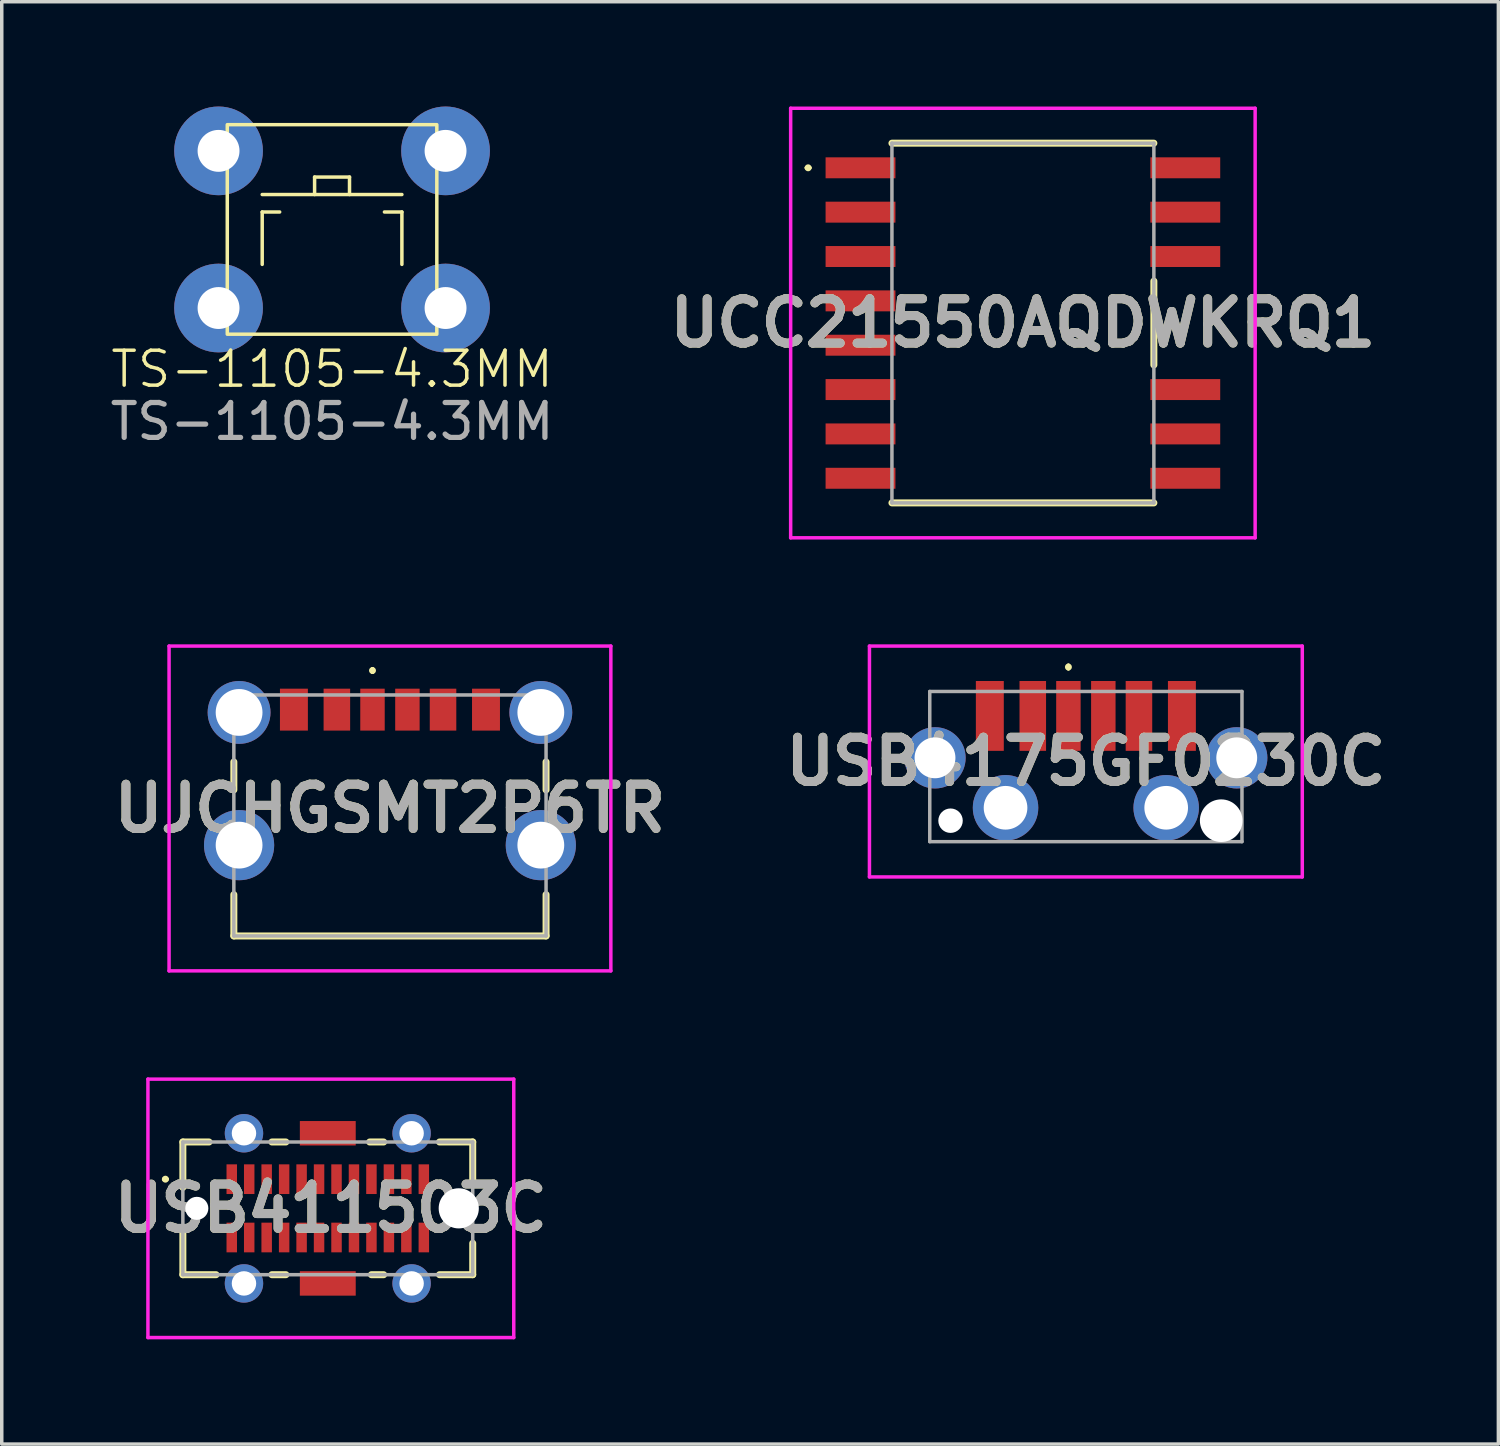
<source format=kicad_pcb>
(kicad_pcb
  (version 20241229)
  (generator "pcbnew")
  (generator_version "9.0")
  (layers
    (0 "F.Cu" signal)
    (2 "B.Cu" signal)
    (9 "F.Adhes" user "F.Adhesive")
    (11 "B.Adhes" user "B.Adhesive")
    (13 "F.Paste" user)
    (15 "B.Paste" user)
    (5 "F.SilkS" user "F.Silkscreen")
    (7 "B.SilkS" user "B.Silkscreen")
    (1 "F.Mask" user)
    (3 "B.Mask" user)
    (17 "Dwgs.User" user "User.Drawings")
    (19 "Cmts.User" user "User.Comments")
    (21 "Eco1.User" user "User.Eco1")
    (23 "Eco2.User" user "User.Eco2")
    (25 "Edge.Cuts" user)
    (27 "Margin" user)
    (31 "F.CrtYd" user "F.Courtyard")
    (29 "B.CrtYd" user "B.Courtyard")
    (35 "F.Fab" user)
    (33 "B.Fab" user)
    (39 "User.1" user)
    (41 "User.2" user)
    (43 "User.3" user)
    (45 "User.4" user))
  (footprint "USB411503C"
    (layer "F.Cu")
    (at 6.336 31.55)
    (property "Reference" "USB411503C" (at 0.087 0 0) (layer "F.SilkS") (effects (font (size 1.27 1.27) (thickness 0.254))))
    (attr through_hole)
    (fp_line (start -4.7 -0.835) (end -4.7 -0.835) (stroke (width 0.1) (type solid)) (layer "F.SilkS"))
    (fp_line (start -4.6 -0.835) (end -4.6 -0.835) (stroke (width 0.1) (type solid)) (layer "F.SilkS"))
    (fp_line (start -4.15 -1.9) (end -3.4 -1.9) (stroke (width 0.2) (type solid)) (layer "F.SilkS"))
    (fp_line (start -4.15 -0.6) (end -4.15 -1.9) (stroke (width 0.2) (type solid)) (layer "F.SilkS"))
    (fp_line (start -4.15 0.6) (end -4.15 1.9) (stroke (width 0.2) (type solid)) (layer "F.SilkS"))
    (fp_line (start -4.15 1.9) (end -3.2 1.9) (stroke (width 0.2) (type solid)) (layer "F.SilkS"))
    (fp_line (start -1.6 -1.9) (end -1.2 -1.9) (stroke (width 0.2) (type solid)) (layer "F.SilkS"))
    (fp_line (start -1.6 1.9) (end -1.2 1.9) (stroke (width 0.2) (type solid)) (layer "F.SilkS"))
    (fp_line (start 1.2 -1.9) (end 1.6 -1.9) (stroke (width 0.2) (type solid)) (layer "F.SilkS"))
    (fp_line (start 1.25 1.9) (end 1.6 1.9) (stroke (width 0.2) (type solid)) (layer "F.SilkS"))
    (fp_line (start 3.2 -1.9) (end 4.15 -1.9) (stroke (width 0.2) (type solid)) (layer "F.SilkS"))
    (fp_line (start 3.2 1.9) (end 4.15 1.9) (stroke (width 0.2) (type solid)) (layer "F.SilkS"))
    (fp_line (start 4.15 -1.9) (end 4.15 -0.8) (stroke (width 0.2) (type solid)) (layer "F.SilkS"))
    (fp_line (start 4.15 1.9) (end 4.15 1) (stroke (width 0.2) (type solid)) (layer "F.SilkS"))
    (fp_arc (start -4.7 -0.835) (mid -4.65 -0.885) (end -4.6 -0.835) (stroke (width 0.1) (type solid)) (layer "F.SilkS"))
    (fp_arc (start -4.6 -0.835) (mid -4.65 -0.785) (end -4.7 -0.835) (stroke (width 0.1) (type solid)) (layer "F.SilkS"))
    (fp_line (start -5.15 -3.7) (end 5.325 -3.7) (stroke (width 0.1) (type solid)) (layer "F.CrtYd"))
    (fp_line (start -5.15 3.7) (end -5.15 -3.7) (stroke (width 0.1) (type solid)) (layer "F.CrtYd"))
    (fp_line (start 5.325 -3.7) (end 5.325 3.7) (stroke (width 0.1) (type solid)) (layer "F.CrtYd"))
    (fp_line (start 5.325 3.7) (end -5.15 3.7) (stroke (width 0.1) (type solid)) (layer "F.CrtYd"))
    (fp_line (start -4.15 -1.9) (end -4.15 1.9) (stroke (width 0.1) (type solid)) (layer "F.Fab"))
    (fp_line (start -4.15 1.9) (end 4.15 1.9) (stroke (width 0.1) (type solid)) (layer "F.Fab"))
    (fp_line (start 4.15 -1.9) (end -4.15 -1.9) (stroke (width 0.1) (type solid)) (layer "F.Fab"))
    (fp_line (start 4.15 1.9) (end 4.15 -1.9) (stroke (width 0.1) (type solid)) (layer "F.Fab"))
    (fp_text user "${REFERENCE}" (at 0.087 0 0) (layer "F.Fab") (effects (font (size 1.27 1.27) (thickness 0.254))))
    (pad "" np_thru_hole circle (at -3.75 0) (size 0.66 0.66) (drill 0.66) (layers "*.Cu" "*.Mask"))
    (pad "" np_thru_hole circle (at 3.75 0) (size 1.15 1.15) (drill 1.15) (layers "*.Cu" "*.Mask"))
    (pad "A1" smd rect (at -2.75 -0.835) (size 0.3 0.85) (layers "F.Cu" "F.Mask" "F.Paste"))
    (pad "A2" smd rect (at -2.25 -0.835) (size 0.3 0.85) (layers "F.Cu" "F.Mask" "F.Paste"))
    (pad "A3" smd rect (at -1.75 -0.835) (size 0.3 0.85) (layers "F.Cu" "F.Mask" "F.Paste"))
    (pad "A4" smd rect (at -1.25 -0.835) (size 0.3 0.85) (layers "F.Cu" "F.Mask" "F.Paste"))
    (pad "A5" smd rect (at -0.75 -0.835) (size 0.3 0.85) (layers "F.Cu" "F.Mask" "F.Paste"))
    (pad "A6" smd rect (at -0.25 -0.835) (size 0.3 0.85) (layers "F.Cu" "F.Mask" "F.Paste"))
    (pad "A7" smd rect (at 0.25 -0.835) (size 0.3 0.85) (layers "F.Cu" "F.Mask" "F.Paste"))
    (pad "A8" smd rect (at 0.75 -0.835) (size 0.3 0.85) (layers "F.Cu" "F.Mask" "F.Paste"))
    (pad "A9" smd rect (at 1.25 -0.835) (size 0.3 0.85) (layers "F.Cu" "F.Mask" "F.Paste"))
    (pad "A10" smd rect (at 1.75 -0.835) (size 0.3 0.85) (layers "F.Cu" "F.Mask" "F.Paste"))
    (pad "A11" smd rect (at 2.25 -0.835) (size 0.3 0.85) (layers "F.Cu" "F.Mask" "F.Paste"))
    (pad "A12" smd rect (at 2.75 -0.835) (size 0.3 0.85) (layers "F.Cu" "F.Mask" "F.Paste"))
    (pad "B1" smd rect (at 2.75 0.835) (size 0.3 0.85) (layers "F.Cu" "F.Mask" "F.Paste"))
    (pad "B2" smd rect (at 2.25 0.835) (size 0.3 0.85) (layers "F.Cu" "F.Mask" "F.Paste"))
    (pad "B3" smd rect (at 1.75 0.835) (size 0.3 0.85) (layers "F.Cu" "F.Mask" "F.Paste"))
    (pad "B4" smd rect (at 1.25 0.835) (size 0.3 0.85) (layers "F.Cu" "F.Mask" "F.Paste"))
    (pad "B5" smd rect (at 0.75 0.835) (size 0.3 0.85) (layers "F.Cu" "F.Mask" "F.Paste"))
    (pad "B6" smd rect (at 0.25 0.835) (size 0.3 0.85) (layers "F.Cu" "F.Mask" "F.Paste"))
    (pad "B7" smd rect (at -0.25 0.835) (size 0.3 0.85) (layers "F.Cu" "F.Mask" "F.Paste"))
    (pad "B8" smd rect (at -0.75 0.835) (size 0.3 0.85) (layers "F.Cu" "F.Mask" "F.Paste"))
    (pad "B9" smd rect (at -1.25 0.835) (size 0.3 0.85) (layers "F.Cu" "F.Mask" "F.Paste"))
    (pad "B10" smd rect (at -1.75 0.835) (size 0.3 0.85) (layers "F.Cu" "F.Mask" "F.Paste"))
    (pad "B11" smd rect (at -2.25 0.835) (size 0.3 0.85) (layers "F.Cu" "F.Mask" "F.Paste"))
    (pad "B12" smd rect (at -2.75 0.835) (size 0.3 0.85) (layers "F.Cu" "F.Mask" "F.Paste"))
    (pad "MH1" thru_hole circle (at -2.4 -2.15) (size 1.1 1.1) (drill 0.7) (layers "*.Cu" "*.Mask"))
    (pad "MH2" thru_hole circle (at 2.4 -2.15) (size 1.1 1.1) (drill 0.7) (layers "*.Cu" "*.Mask"))
    (pad "MH3" thru_hole circle (at 2.4 2.15) (size 1.1 1.1) (drill 0.7) (layers "*.Cu" "*.Mask"))
    (pad "MH4" thru_hole circle (at -2.4 2.15) (size 1.1 1.1) (drill 0.7) (layers "*.Cu" "*.Mask"))
    (pad "MP1" smd rect (at 0 -2.15 90) (size 0.7 1.6) (layers "F.Cu" "F.Mask" "F.Paste"))
    (pad "MP2" smd rect (at 0 2.15 90) (size 0.7 1.6) (layers "F.Cu" "F.Mask" "F.Paste")))
  (footprint "UCC21550AQDWKRQ1"
    (layer "F.Cu")
    (at 26.24 6.2)
    (property "Reference" "UCC21550AQDWKRQ1" (at 0 0 0) (layer "F.SilkS") (effects (font (size 1.27 1.27) (thickness 0.254))))
    (attr smd)
    (fp_line (start -6.2 -4.445) (end -6.2 -4.445) (stroke (width 0.1) (type solid)) (layer "F.SilkS"))
    (fp_line (start -6.1 -4.445) (end -6.1 -4.445) (stroke (width 0.1) (type solid)) (layer "F.SilkS"))
    (fp_line (start -3.75 -5.15) (end 3.75 -5.15) (stroke (width 0.2) (type solid)) (layer "F.SilkS"))
    (fp_line (start -3.75 5.15) (end 3.75 5.15) (stroke (width 0.2) (type solid)) (layer "F.SilkS"))
    (fp_line (start 3.75 -1.2) (end 3.75 1.2) (stroke (width 0.2) (type solid)) (layer "F.SilkS"))
    (fp_arc (start -6.2 -4.445) (mid -6.15 -4.495) (end -6.1 -4.445) (stroke (width 0.1) (type solid)) (layer "F.SilkS"))
    (fp_arc (start -6.1 -4.445) (mid -6.15 -4.395) (end -6.2 -4.445) (stroke (width 0.1) (type solid)) (layer "F.SilkS"))
    (fp_line (start -6.65 -6.15) (end 6.65 -6.15) (stroke (width 0.1) (type solid)) (layer "F.CrtYd"))
    (fp_line (start -6.65 6.15) (end -6.65 -6.15) (stroke (width 0.1) (type solid)) (layer "F.CrtYd"))
    (fp_line (start 6.65 -6.15) (end 6.65 6.15) (stroke (width 0.1) (type solid)) (layer "F.CrtYd"))
    (fp_line (start 6.65 6.15) (end -6.65 6.15) (stroke (width 0.1) (type solid)) (layer "F.CrtYd"))
    (fp_line (start -3.75 -5.15) (end 3.75 -5.15) (stroke (width 0.1) (type solid)) (layer "F.Fab"))
    (fp_line (start -3.75 5.15) (end -3.75 -5.15) (stroke (width 0.1) (type solid)) (layer "F.Fab"))
    (fp_line (start 3.75 -5.15) (end 3.75 5.15) (stroke (width 0.1) (type solid)) (layer "F.Fab"))
    (fp_line (start 3.75 5.15) (end -3.75 5.15) (stroke (width 0.1) (type solid)) (layer "F.Fab"))
    (fp_text user "${REFERENCE}" (at 0 0 0) (layer "F.Fab") (effects (font (size 1.27 1.27) (thickness 0.254))))
    (pad "1" smd rect (at -4.65 -4.445 90) (size 0.6 2) (layers "F.Cu" "F.Mask" "F.Paste"))
    (pad "2" smd rect (at -4.65 -3.175 90) (size 0.6 2) (layers "F.Cu" "F.Mask" "F.Paste"))
    (pad "3" smd rect (at -4.65 -1.905 90) (size 0.6 2) (layers "F.Cu" "F.Mask" "F.Paste"))
    (pad "4" smd rect (at -4.65 -0.635 90) (size 0.6 2) (layers "F.Cu" "F.Mask" "F.Paste"))
    (pad "5" smd rect (at -4.65 0.635 90) (size 0.6 2) (layers "F.Cu" "F.Mask" "F.Paste"))
    (pad "6" smd rect (at -4.65 1.905 90) (size 0.6 2) (layers "F.Cu" "F.Mask" "F.Paste"))
    (pad "7" smd rect (at -4.65 3.175 90) (size 0.6 2) (layers "F.Cu" "F.Mask" "F.Paste"))
    (pad "8" smd rect (at -4.65 4.445 90) (size 0.6 2) (layers "F.Cu" "F.Mask" "F.Paste"))
    (pad "9" smd rect (at 4.65 4.445 90) (size 0.6 2) (layers "F.Cu" "F.Mask" "F.Paste"))
    (pad "10" smd rect (at 4.65 3.175 90) (size 0.6 2) (layers "F.Cu" "F.Mask" "F.Paste"))
    (pad "11" smd rect (at 4.65 1.905 90) (size 0.6 2) (layers "F.Cu" "F.Mask" "F.Paste"))
    (pad "14" smd rect (at 4.65 -1.905 90) (size 0.6 2) (layers "F.Cu" "F.Mask" "F.Paste"))
    (pad "15" smd rect (at 4.65 -3.175 90) (size 0.6 2) (layers "F.Cu" "F.Mask" "F.Paste"))
    (pad "16" smd rect (at 4.65 -4.445 90) (size 0.6 2) (layers "F.Cu" "F.Mask" "F.Paste")))
  (footprint "UJCHGSMT2P6TR"
    (layer "F.Cu")
    (at 8.116 20.3)
    (property "Reference" "UJCHGSMT2P6TR" (at 0 -0.2 0) (layer "F.SilkS") (effects (font (size 1.27 1.27) (thickness 0.254))))
    (attr through_hole)
    (fp_line (start -4.47 -1.533) (end -4.47 -0.733) (stroke (width 0.2) (type solid)) (layer "F.SilkS"))
    (fp_line (start -4.47 3.45) (end -4.47 2.267) (stroke (width 0.2) (type solid)) (layer "F.SilkS"))
    (fp_line (start -0.5 -4.2) (end -0.5 -4.2) (stroke (width 0.1) (type solid)) (layer "F.SilkS"))
    (fp_line (start -0.5 -4.1) (end -0.5 -4.1) (stroke (width 0.1) (type solid)) (layer "F.SilkS"))
    (fp_line (start 4.47 -1.533) (end 4.47 -0.733) (stroke (width 0.2) (type solid)) (layer "F.SilkS"))
    (fp_line (start 4.47 2.267) (end 4.47 3.45) (stroke (width 0.2) (type solid)) (layer "F.SilkS"))
    (fp_line (start 4.47 3.45) (end -4.47 3.45) (stroke (width 0.2) (type solid)) (layer "F.SilkS"))
    (fp_arc (start -0.5 -4.2) (mid -0.45 -4.15) (end -0.5 -4.1) (stroke (width 0.1) (type solid)) (layer "F.SilkS"))
    (fp_arc (start -0.5 -4.1) (mid -0.55 -4.15) (end -0.5 -4.2) (stroke (width 0.1) (type solid)) (layer "F.SilkS"))
    (fp_line (start -6.325 -4.85) (end 6.325 -4.85) (stroke (width 0.1) (type solid)) (layer "F.CrtYd"))
    (fp_line (start -6.325 4.45) (end -6.325 -4.85) (stroke (width 0.1) (type solid)) (layer "F.CrtYd"))
    (fp_line (start 6.325 -4.85) (end 6.325 4.45) (stroke (width 0.1) (type solid)) (layer "F.CrtYd"))
    (fp_line (start 6.325 4.45) (end -6.325 4.45) (stroke (width 0.1) (type solid)) (layer "F.CrtYd"))
    (fp_line (start -4.47 -3.45) (end 4.47 -3.45) (stroke (width 0.1) (type solid)) (layer "F.Fab"))
    (fp_line (start -4.47 3.45) (end -4.47 -3.45) (stroke (width 0.1) (type solid)) (layer "F.Fab"))
    (fp_line (start 4.47 -3.45) (end 4.47 3.45) (stroke (width 0.1) (type solid)) (layer "F.Fab"))
    (fp_line (start 4.47 3.45) (end -4.47 3.45) (stroke (width 0.1) (type solid)) (layer "F.Fab"))
    (fp_text user "${REFERENCE}" (at 0 -0.2 0) (layer "F.Fab") (effects (font (size 1.27 1.27) (thickness 0.254))))
    (pad "1" thru_hole circle (at -4.32 -2.95) (size 1.8 1.8) (drill 1.34) (layers "*.Cu" "*.Mask"))
    (pad "2" thru_hole circle (at 4.32 -2.95) (size 1.8 1.8) (drill 1.34) (layers "*.Cu" "*.Mask"))
    (pad "3" thru_hole circle (at -4.32 0.85) (size 2.01 2.01) (drill 1.34) (layers "*.Cu" "*.Mask"))
    (pad "4" thru_hole circle (at 4.32 0.85) (size 2.01 2.01) (drill 1.34) (layers "*.Cu" "*.Mask"))
    (pad "A5" smd rect (at -0.5 -3.03) (size 0.7 1.2) (layers "F.Cu" "F.Mask" "F.Paste"))
    (pad "A9" smd rect (at 1.52 -3.03) (size 0.76 1.2) (layers "F.Cu" "F.Mask" "F.Paste"))
    (pad "A12" smd rect (at 2.75 -3.03) (size 0.8 1.2) (layers "F.Cu" "F.Mask" "F.Paste"))
    (pad "B5" smd rect (at 0.5 -3.03) (size 0.7 1.2) (layers "F.Cu" "F.Mask" "F.Paste"))
    (pad "B9" smd rect (at -1.52 -3.03) (size 0.76 1.2) (layers "F.Cu" "F.Mask" "F.Paste"))
    (pad "B12" smd rect (at -2.75 -3.03) (size 0.8 1.2) (layers "F.Cu" "F.Mask" "F.Paste")))
  (footprint "TS-1105-4.3MM"
    (layer "F.Cu")
    (at 6.458 3.52)
    (property "Reference" "TS-1105-4.3MM" (at 0 4 0) (unlocked yes) (layer "F.SilkS") (effects (font (size 1 1) (thickness 0.1))))
    (attr through_hole)
    (fp_line (start -2 -1) (end 2 -1) (stroke (width 0.1) (type default)) (layer "F.SilkS"))
    (fp_line (start -2 -0.5) (end -1.5 -0.5) (stroke (width 0.1) (type default)) (layer "F.SilkS"))
    (fp_line (start -2 1) (end -2 -0.5) (stroke (width 0.1) (type default)) (layer "F.SilkS"))
    (fp_line (start -0.5 -1.5) (end 0.5 -1.5) (stroke (width 0.1) (type default)) (layer "F.SilkS"))
    (fp_line (start -0.5 -1) (end -0.5 -1.5) (stroke (width 0.1) (type default)) (layer "F.SilkS"))
    (fp_line (start 0.5 -1.5) (end 0.5 -1) (stroke (width 0.1) (type default)) (layer "F.SilkS"))
    (fp_line (start 1.5 -0.5) (end 2 -0.5) (stroke (width 0.1) (type default)) (layer "F.SilkS"))
    (fp_line (start 2 -0.5) (end 2 1) (stroke (width 0.1) (type default)) (layer "F.SilkS"))
    (fp_rect (start -3 -3) (end 3 3) (stroke (width 0.1) (type default)) (fill no) (layer "F.SilkS"))
    (fp_text user "${REFERENCE}" (at 0 5.5 0) (unlocked yes) (layer "F.Fab") (effects (font (size 1 1) (thickness 0.15))))
    (pad "1" thru_hole circle (at -3.25 -2.25) (size 2.54 2.54) (drill 1.2) (layers "*.Cu" "*.Mask"))
    (pad "2" thru_hole circle (at -3.25 2.25) (size 2.54 2.54) (drill 1.2) (layers "*.Cu" "*.Mask"))
    (pad "3" thru_hole circle (at 3.25 2.25) (size 2.54 2.54) (drill 1.2) (layers "*.Cu" "*.Mask"))
    (pad "4" thru_hole circle (at 3.25 -2.25) (size 2.54 2.54) (drill 1.2) (layers "*.Cu" "*.Mask")))
  (footprint "USB4175GF0230C"
    (layer "F.Cu")
    (at 28.043 18.9)
    (property "Reference" "USB4175GF0230C" (at 0 -0.145 0) (layer "F.SilkS") (effects (font (size 1.27 1.27) (thickness 0.254))))
    (attr through_hole)
    (fp_line (start -0.5 -2.9) (end -0.5 -2.9) (stroke (width 0.1) (type solid)) (layer "F.SilkS"))
    (fp_line (start -0.5 -2.8) (end -0.5 -2.8) (stroke (width 0.1) (type solid)) (layer "F.SilkS"))
    (fp_arc (start -0.5 -2.9) (mid -0.45 -2.85) (end -0.5 -2.8) (stroke (width 0.1) (type solid)) (layer "F.SilkS"))
    (fp_arc (start -0.5 -2.8) (mid -0.55 -2.85) (end -0.5 -2.9) (stroke (width 0.1) (type solid)) (layer "F.SilkS"))
    (fp_line (start -6.197 -3.45) (end 6.197 -3.45) (stroke (width 0.1) (type solid)) (layer "F.CrtYd"))
    (fp_line (start -6.197 3.16) (end -6.197 -3.45) (stroke (width 0.1) (type solid)) (layer "F.CrtYd"))
    (fp_line (start 6.197 -3.45) (end 6.197 3.16) (stroke (width 0.1) (type solid)) (layer "F.CrtYd"))
    (fp_line (start 6.197 3.16) (end -6.197 3.16) (stroke (width 0.1) (type solid)) (layer "F.CrtYd"))
    (fp_line (start -4.47 -2.15) (end 4.47 -2.15) (stroke (width 0.1) (type solid)) (layer "F.Fab"))
    (fp_line (start -4.47 2.15) (end -4.47 -2.15) (stroke (width 0.1) (type solid)) (layer "F.Fab"))
    (fp_line (start 4.47 -2.15) (end 4.47 2.15) (stroke (width 0.1) (type solid)) (layer "F.Fab"))
    (fp_line (start 4.47 2.15) (end -4.47 2.15) (stroke (width 0.1) (type solid)) (layer "F.Fab"))
    (fp_text user "${REFERENCE}" (at 0 -0.145 0) (layer "F.Fab") (effects (font (size 1.27 1.27) (thickness 0.254))))
    (pad "" np_thru_hole circle (at -3.875 1.55) (size 0.7 0.7) (drill 0.7) (layers "*.Cu" "*.Mask"))
    (pad "" np_thru_hole circle (at 3.875 1.55) (size 1.22 1.22) (drill 1.22) (layers "*.Cu" "*.Mask"))
    (pad "1" thru_hole circle (at -4.32 -0.25) (size 1.755 1.755) (drill 1.17) (layers "*.Cu" "*.Mask"))
    (pad "2" thru_hole circle (at 4.32 -0.25) (size 1.755 1.755) (drill 1.17) (layers "*.Cu" "*.Mask"))
    (pad "3" thru_hole circle (at -2.3 1.18) (size 1.875 1.875) (drill 1.25) (layers "*.Cu" "*.Mask"))
    (pad "4" thru_hole circle (at 2.3 1.18) (size 1.875 1.875) (drill 1.25) (layers "*.Cu" "*.Mask"))
    (pad "A5" smd rect (at -0.5 -1.45) (size 0.7 2) (layers "F.Cu" "F.Mask" "F.Paste"))
    (pad "A9" smd rect (at 1.52 -1.45) (size 0.76 2) (layers "F.Cu" "F.Mask" "F.Paste"))
    (pad "A12" smd rect (at 2.75 -1.45) (size 0.8 2) (layers "F.Cu" "F.Mask" "F.Paste"))
    (pad "B5" smd rect (at 0.5 -1.45) (size 0.7 2) (layers "F.Cu" "F.Mask" "F.Paste"))
    (pad "B9" smd rect (at -1.52 -1.45) (size 0.76 2) (layers "F.Cu" "F.Mask" "F.Paste"))
    (pad "B12" smd rect (at -2.75 -1.45) (size 0.8 2) (layers "F.Cu" "F.Mask" "F.Paste")))
  (gr_rect
    (start -3 -3)
    (end 39.855 38.3)
    (stroke (width 0.1) (type default))
    (fill no)
    (layer "Edge.Cuts")))
</source>
